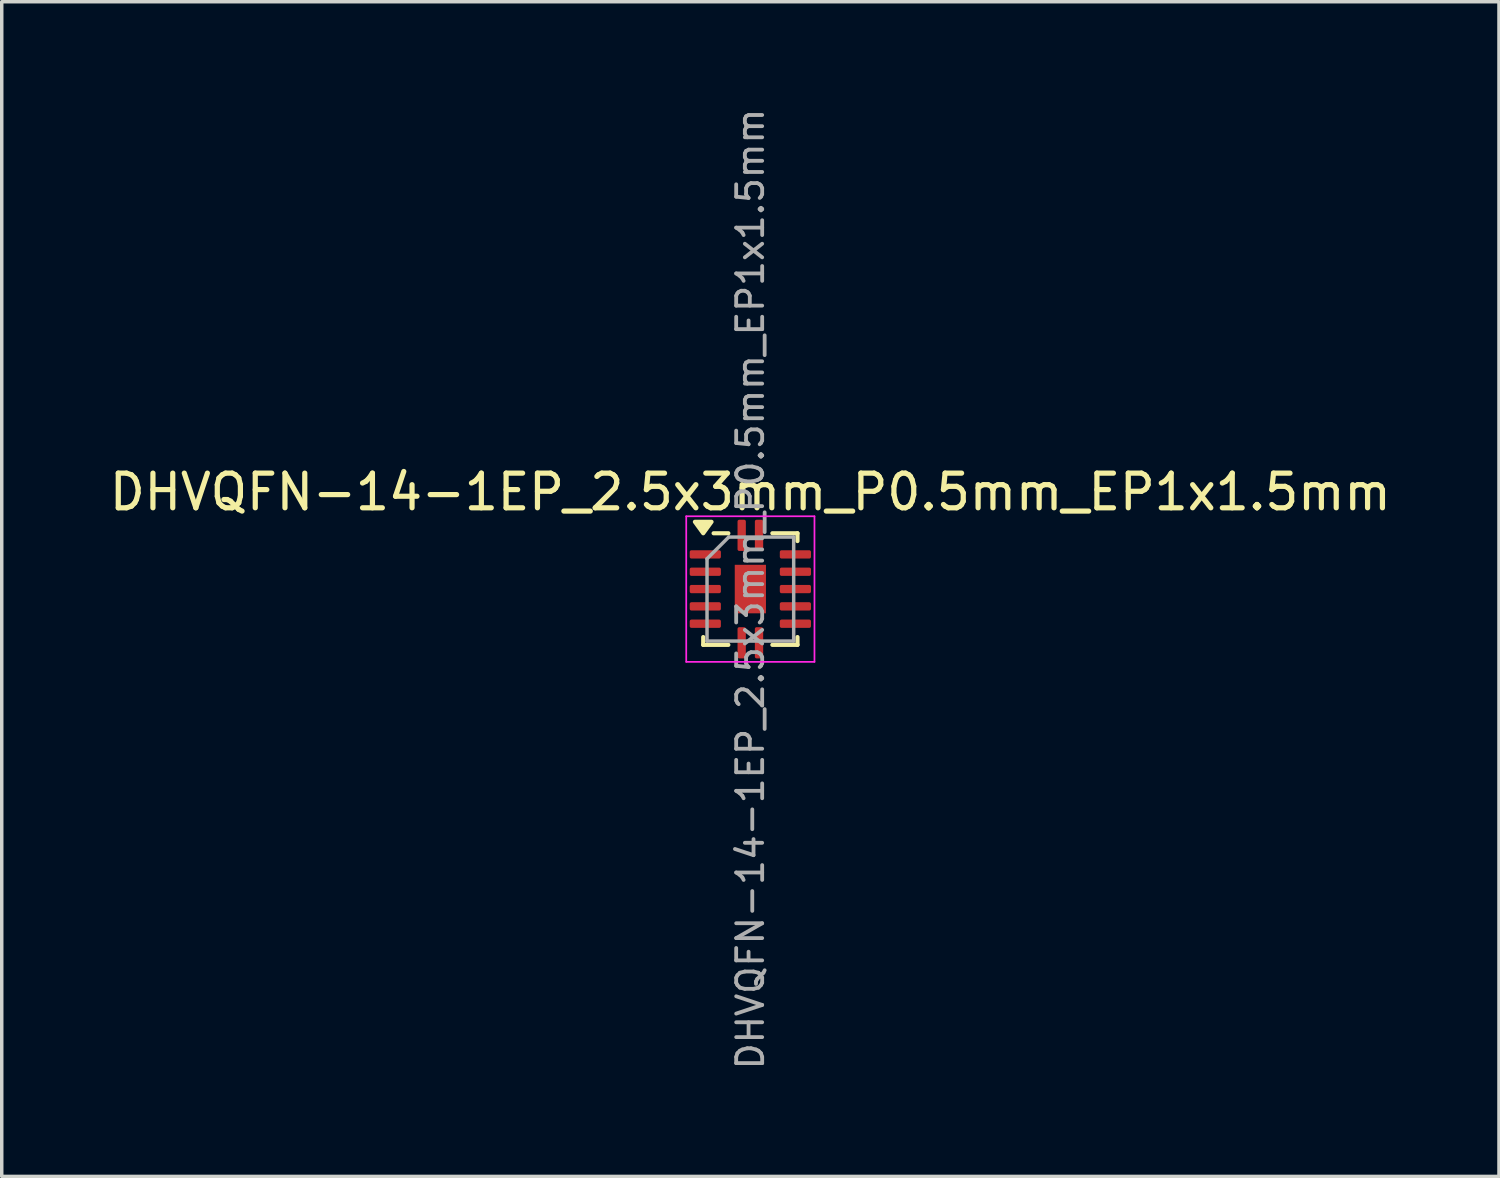
<source format=kicad_pcb>
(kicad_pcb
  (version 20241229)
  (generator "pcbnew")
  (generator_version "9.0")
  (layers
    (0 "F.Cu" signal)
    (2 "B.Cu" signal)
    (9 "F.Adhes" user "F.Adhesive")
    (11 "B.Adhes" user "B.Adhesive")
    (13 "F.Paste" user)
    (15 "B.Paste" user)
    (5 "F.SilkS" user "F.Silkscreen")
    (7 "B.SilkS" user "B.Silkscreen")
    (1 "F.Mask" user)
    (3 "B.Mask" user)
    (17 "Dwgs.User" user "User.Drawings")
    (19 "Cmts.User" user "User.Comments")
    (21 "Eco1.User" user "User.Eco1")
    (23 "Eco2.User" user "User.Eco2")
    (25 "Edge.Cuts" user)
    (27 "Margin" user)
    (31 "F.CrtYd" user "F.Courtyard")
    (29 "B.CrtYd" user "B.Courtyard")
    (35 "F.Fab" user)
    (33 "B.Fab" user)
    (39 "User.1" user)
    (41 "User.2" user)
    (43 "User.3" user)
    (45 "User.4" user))
  (footprint "DHVQFN-14-1EP_2.5x3mm_P0.5mm_EP1x1.5mm"
    (layer "F.Cu")
    (at 18.601 13.947)
    (property "Reference" "DHVQFN-14-1EP_2.5x3mm_P0.5mm_EP1x1.5mm" (at 0 -2.8 0) (layer "F.SilkS") (effects (font (size 1 1) (thickness 0.15))))
    (attr smd)
    (fp_line (start -1.36 1.61) (end -1.36 1.385) (stroke (width 0.12) (type solid)) (layer "F.SilkS"))
    (fp_line (start -0.635 -1.61) (end -1.06 -1.61) (stroke (width 0.12) (type solid)) (layer "F.SilkS"))
    (fp_line (start -0.635 1.61) (end -1.36 1.61) (stroke (width 0.12) (type solid)) (layer "F.SilkS"))
    (fp_line (start 0.635 -1.61) (end 1.36 -1.61) (stroke (width 0.12) (type solid)) (layer "F.SilkS"))
    (fp_line (start 0.635 1.61) (end 1.36 1.61) (stroke (width 0.12) (type solid)) (layer "F.SilkS"))
    (fp_line (start 1.36 -1.61) (end 1.36 -1.385) (stroke (width 0.12) (type solid)) (layer "F.SilkS"))
    (fp_line (start 1.36 1.61) (end 1.36 1.385) (stroke (width 0.12) (type solid)) (layer "F.SilkS"))
    (fp_poly (pts (xy -1.36 -1.61) (xy -1.6 -1.94) (xy -1.12 -1.94) (xy -1.36 -1.61)) (stroke (width 0.12) (type solid)) (fill yes) (layer "F.SilkS"))
    (fp_line (start -1.85 -2.1) (end -1.85 2.1) (stroke (width 0.05) (type solid)) (layer "F.CrtYd"))
    (fp_line (start -1.85 2.1) (end 1.85 2.1) (stroke (width 0.05) (type solid)) (layer "F.CrtYd"))
    (fp_line (start 1.85 -2.1) (end -1.85 -2.1) (stroke (width 0.05) (type solid)) (layer "F.CrtYd"))
    (fp_line (start 1.85 2.1) (end 1.85 -2.1) (stroke (width 0.05) (type solid)) (layer "F.CrtYd"))
    (fp_line (start -1.25 -0.875) (end -0.625 -1.5) (stroke (width 0.1) (type solid)) (layer "F.Fab"))
    (fp_line (start -1.25 1.5) (end -1.25 -0.875) (stroke (width 0.1) (type solid)) (layer "F.Fab"))
    (fp_line (start -0.625 -1.5) (end 1.25 -1.5) (stroke (width 0.1) (type solid)) (layer "F.Fab"))
    (fp_line (start 1.25 -1.5) (end 1.25 1.5) (stroke (width 0.1) (type solid)) (layer "F.Fab"))
    (fp_line (start 1.25 1.5) (end -1.25 1.5) (stroke (width 0.1) (type solid)) (layer "F.Fab"))
    (fp_text user "${REFERENCE}" (at 0 0 90) (layer "F.Fab") (effects (font (size 0.75 0.75) (thickness 0.11))))
    (pad "" smd roundrect (at 0 0) (size 0.4 0.6) (layers "F.Paste") (roundrect_rratio 0.125))
    (pad "1" smd roundrect (at -0.25 -1.55) (size 0.24 0.9) (layers "F.Cu" "F.Mask" "F.Paste") (roundrect_rratio 0.208))
    (pad "2" smd roundrect (at -1.3 -1) (size 0.9 0.24) (layers "F.Cu" "F.Mask" "F.Paste") (roundrect_rratio 0.208))
    (pad "3" smd roundrect (at -1.3 -0.5) (size 0.9 0.24) (layers "F.Cu" "F.Mask" "F.Paste") (roundrect_rratio 0.208))
    (pad "4" smd roundrect (at -1.3 0) (size 0.9 0.24) (layers "F.Cu" "F.Mask" "F.Paste") (roundrect_rratio 0.208))
    (pad "5" smd roundrect (at -1.3 0.5) (size 0.9 0.24) (layers "F.Cu" "F.Mask" "F.Paste") (roundrect_rratio 0.208))
    (pad "6" smd roundrect (at -1.3 1) (size 0.9 0.24) (layers "F.Cu" "F.Mask" "F.Paste") (roundrect_rratio 0.208))
    (pad "7" smd roundrect (at -0.25 1.55) (size 0.24 0.9) (layers "F.Cu" "F.Mask" "F.Paste") (roundrect_rratio 0.208))
    (pad "8" smd roundrect (at 0.25 1.55) (size 0.24 0.9) (layers "F.Cu" "F.Mask" "F.Paste") (roundrect_rratio 0.208))
    (pad "9" smd roundrect (at 1.3 1) (size 0.9 0.24) (layers "F.Cu" "F.Mask" "F.Paste") (roundrect_rratio 0.208))
    (pad "10" smd roundrect (at 1.3 0.5) (size 0.9 0.24) (layers "F.Cu" "F.Mask" "F.Paste") (roundrect_rratio 0.208))
    (pad "11" smd roundrect (at 1.3 0) (size 0.9 0.24) (layers "F.Cu" "F.Mask" "F.Paste") (roundrect_rratio 0.208))
    (pad "12" smd roundrect (at 1.3 -0.5) (size 0.9 0.24) (layers "F.Cu" "F.Mask" "F.Paste") (roundrect_rratio 0.208))
    (pad "13" smd roundrect (at 1.3 -1) (size 0.9 0.24) (layers "F.Cu" "F.Mask" "F.Paste") (roundrect_rratio 0.208))
    (pad "14" smd roundrect (at 0.25 -1.55) (size 0.24 0.9) (layers "F.Cu" "F.Mask" "F.Paste") (roundrect_rratio 0.208))
    (pad "15" smd rect (at 0 0) (size 0.9 1.4) (property pad_prop_heatsink) (layers "F.Cu" "F.Mask")))
  (gr_rect
    (start -3 -3)
    (end 40.202 30.894)
    (stroke (width 0.1) (type default))
    (fill no)
    (layer "Edge.Cuts")))
</source>
